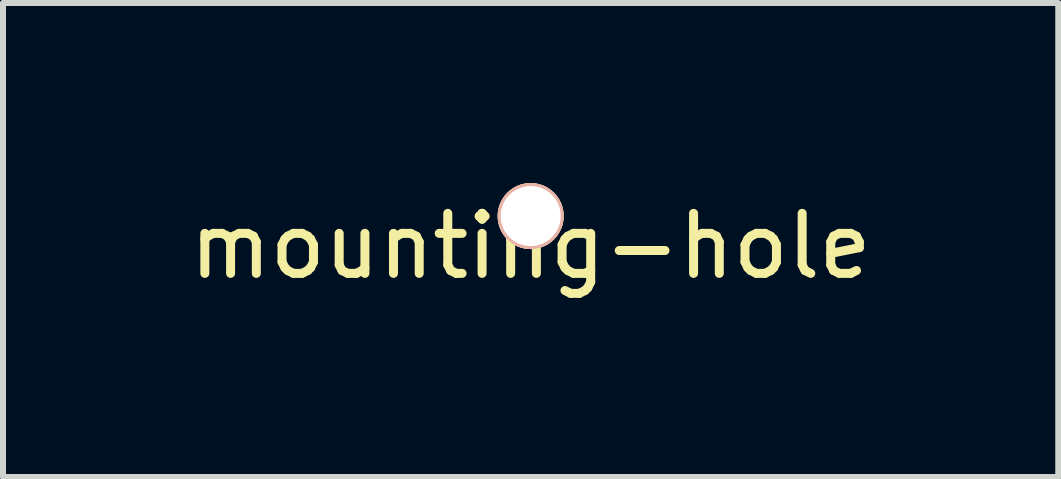
<source format=kicad_pcb>
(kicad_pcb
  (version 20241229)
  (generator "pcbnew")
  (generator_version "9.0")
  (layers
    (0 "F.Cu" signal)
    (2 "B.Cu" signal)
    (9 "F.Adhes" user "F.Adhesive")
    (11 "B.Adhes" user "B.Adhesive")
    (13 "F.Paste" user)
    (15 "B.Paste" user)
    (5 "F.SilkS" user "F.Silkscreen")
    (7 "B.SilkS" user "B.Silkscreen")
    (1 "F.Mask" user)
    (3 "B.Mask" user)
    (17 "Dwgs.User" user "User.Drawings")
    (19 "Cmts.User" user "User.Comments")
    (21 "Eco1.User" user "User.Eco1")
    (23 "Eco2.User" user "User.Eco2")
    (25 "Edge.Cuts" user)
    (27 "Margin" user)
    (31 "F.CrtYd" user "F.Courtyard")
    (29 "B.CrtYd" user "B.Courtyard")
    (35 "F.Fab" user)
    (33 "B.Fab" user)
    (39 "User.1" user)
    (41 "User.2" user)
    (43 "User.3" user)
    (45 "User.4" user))
  (footprint "mounting-hole"
    (layer "F.Cu")
    (at 5.792 0.55)
    (property "Reference" "mounting-hole" (at 0 0.5 0) (layer "F.SilkS") (effects (font (size 1 1) (thickness 0.15))))
    (attr through_hole)
    (pad "1" thru_hole circle (at 0 0) (size 1.1 1.1) (drill 1) (layers "*.Cu" "*.SilkS" "*.Mask")))
  (gr_rect
    (start -3 -3)
    (end 14.583 4.898)
    (stroke (width 0.1) (type default))
    (fill no)
    (layer "Edge.Cuts")))
</source>
